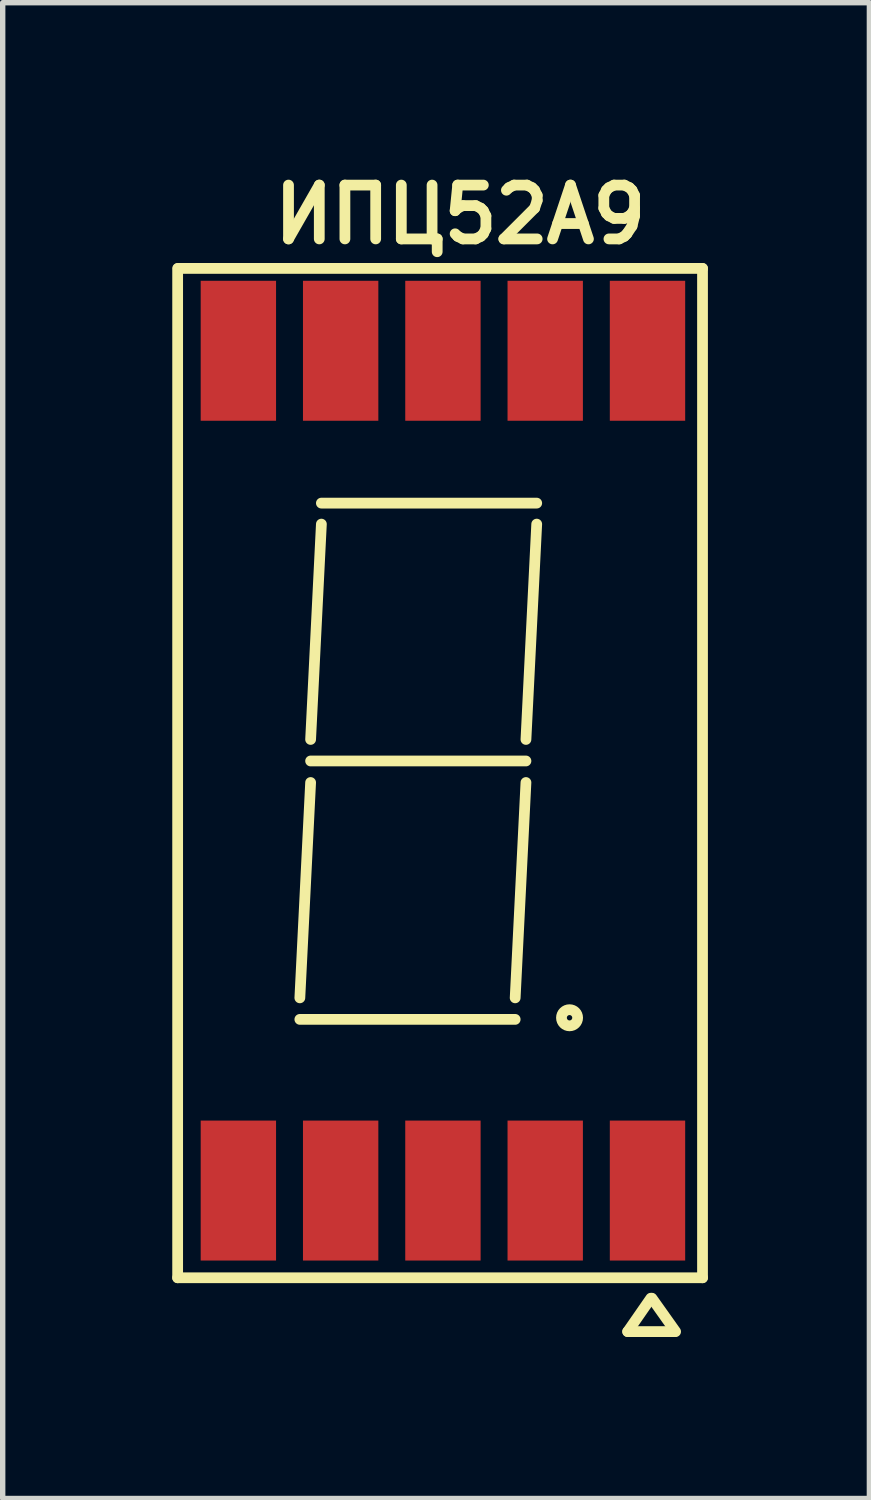
<source format=kicad_pcb>
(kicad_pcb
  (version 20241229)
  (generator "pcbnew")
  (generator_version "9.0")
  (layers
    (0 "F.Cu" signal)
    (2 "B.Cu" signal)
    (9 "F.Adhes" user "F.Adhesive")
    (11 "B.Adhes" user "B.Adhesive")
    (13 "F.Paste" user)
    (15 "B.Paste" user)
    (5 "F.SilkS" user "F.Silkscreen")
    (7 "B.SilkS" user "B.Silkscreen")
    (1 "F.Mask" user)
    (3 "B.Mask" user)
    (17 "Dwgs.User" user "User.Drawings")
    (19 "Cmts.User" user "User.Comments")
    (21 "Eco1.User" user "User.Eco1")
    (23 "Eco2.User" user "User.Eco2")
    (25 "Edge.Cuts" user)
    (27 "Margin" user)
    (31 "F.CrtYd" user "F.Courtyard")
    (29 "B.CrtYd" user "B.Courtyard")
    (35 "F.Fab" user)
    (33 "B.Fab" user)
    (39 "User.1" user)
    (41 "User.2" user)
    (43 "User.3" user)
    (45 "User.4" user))
  (footprint "ИПЦ52А9"
    (layer "F.Cu")
    (at 0.25 17.686)
    (property "Reference" "ИПЦ52А9" (at 5.25 -16.75 0) (layer "F.SilkS") (effects (font (size 1 1) (thickness 0.2))))
    (attr through_hole)
    (fp_line (start 0 3) (end 0 -15.75) (stroke (width 0.2) (type solid)) (layer "F.SilkS"))
    (fp_line (start 0.01 -15.75) (end 9.75 -15.75) (stroke (width 0.2) (type solid)) (layer "F.SilkS"))
    (fp_line (start 2.27 -1.8) (end 6.27 -1.8) (stroke (width 0.2) (type solid)) (layer "F.SilkS"))
    (fp_line (start 2.47 -6.6) (end 6.47 -6.6) (stroke (width 0.2) (type solid)) (layer "F.SilkS"))
    (fp_line (start 2.47 -6.2) (end 2.27 -2.2) (stroke (width 0.2) (type solid)) (layer "F.SilkS"))
    (fp_line (start 2.67 -11.39) (end 6.67 -11.39) (stroke (width 0.2) (type solid)) (layer "F.SilkS"))
    (fp_line (start 2.67 -11) (end 2.47 -7) (stroke (width 0.2) (type solid)) (layer "F.SilkS"))
    (fp_line (start 6.47 -6.2) (end 6.27 -2.2) (stroke (width 0.2) (type solid)) (layer "F.SilkS"))
    (fp_line (start 6.67 -11) (end 6.47 -7) (stroke (width 0.2) (type solid)) (layer "F.SilkS"))
    (fp_line (start 8.36 4) (end 9.23 4) (stroke (width 0.2) (type solid)) (layer "F.SilkS"))
    (fp_line (start 8.79 3.38) (end 8.36 4) (stroke (width 0.2) (type solid)) (layer "F.SilkS"))
    (fp_line (start 9.25 4) (end 8.81 3.38) (stroke (width 0.2) (type solid)) (layer "F.SilkS"))
    (fp_line (start 9.75 -15.75) (end 9.75 3) (stroke (width 0.2) (type solid)) (layer "F.SilkS"))
    (fp_line (start 9.75 3) (end 0 3) (stroke (width 0.2) (type solid)) (layer "F.SilkS"))
    (fp_circle (center 7.28 -1.83) (end 7.43 -1.83) (stroke (width 0.2) (type solid)) (fill no) (layer "F.SilkS"))
    (pad "1" smd rect (at 1.128 1.38) (size 1.4 2.6) (layers "F.Cu" "F.Mask" "F.Paste"))
    (pad "2" smd rect (at 3.028 1.38) (size 1.4 2.6) (layers "F.Cu" "F.Mask" "F.Paste"))
    (pad "3" smd rect (at 4.928 1.38) (size 1.4 2.6) (layers "F.Cu" "F.Mask" "F.Paste"))
    (pad "4" smd rect (at 6.828 1.38) (size 1.4 2.6) (layers "F.Cu" "F.Mask" "F.Paste"))
    (pad "5" smd rect (at 8.728 1.38) (size 1.4 2.6) (layers "F.Cu" "F.Mask" "F.Paste"))
    (pad "6" smd rect (at 8.728 -14.22) (size 1.4 2.6) (layers "F.Cu" "F.Mask" "F.Paste"))
    (pad "7" smd rect (at 6.828 -14.22) (size 1.4 2.6) (layers "F.Cu" "F.Mask" "F.Paste"))
    (pad "8" smd rect (at 4.928 -14.22) (size 1.4 2.6) (layers "F.Cu" "F.Mask" "F.Paste"))
    (pad "9" smd rect (at 3.028 -14.22) (size 1.4 2.6) (layers "F.Cu" "F.Mask" "F.Paste"))
    (pad "10" smd rect (at 1.128 -14.22) (size 1.4 2.6) (layers "F.Cu" "F.Mask" "F.Paste")))
  (gr_rect
    (start -3 -3)
    (end 13.1 24.786)
    (stroke (width 0.1) (type default))
    (fill no)
    (layer "Edge.Cuts")))
</source>
